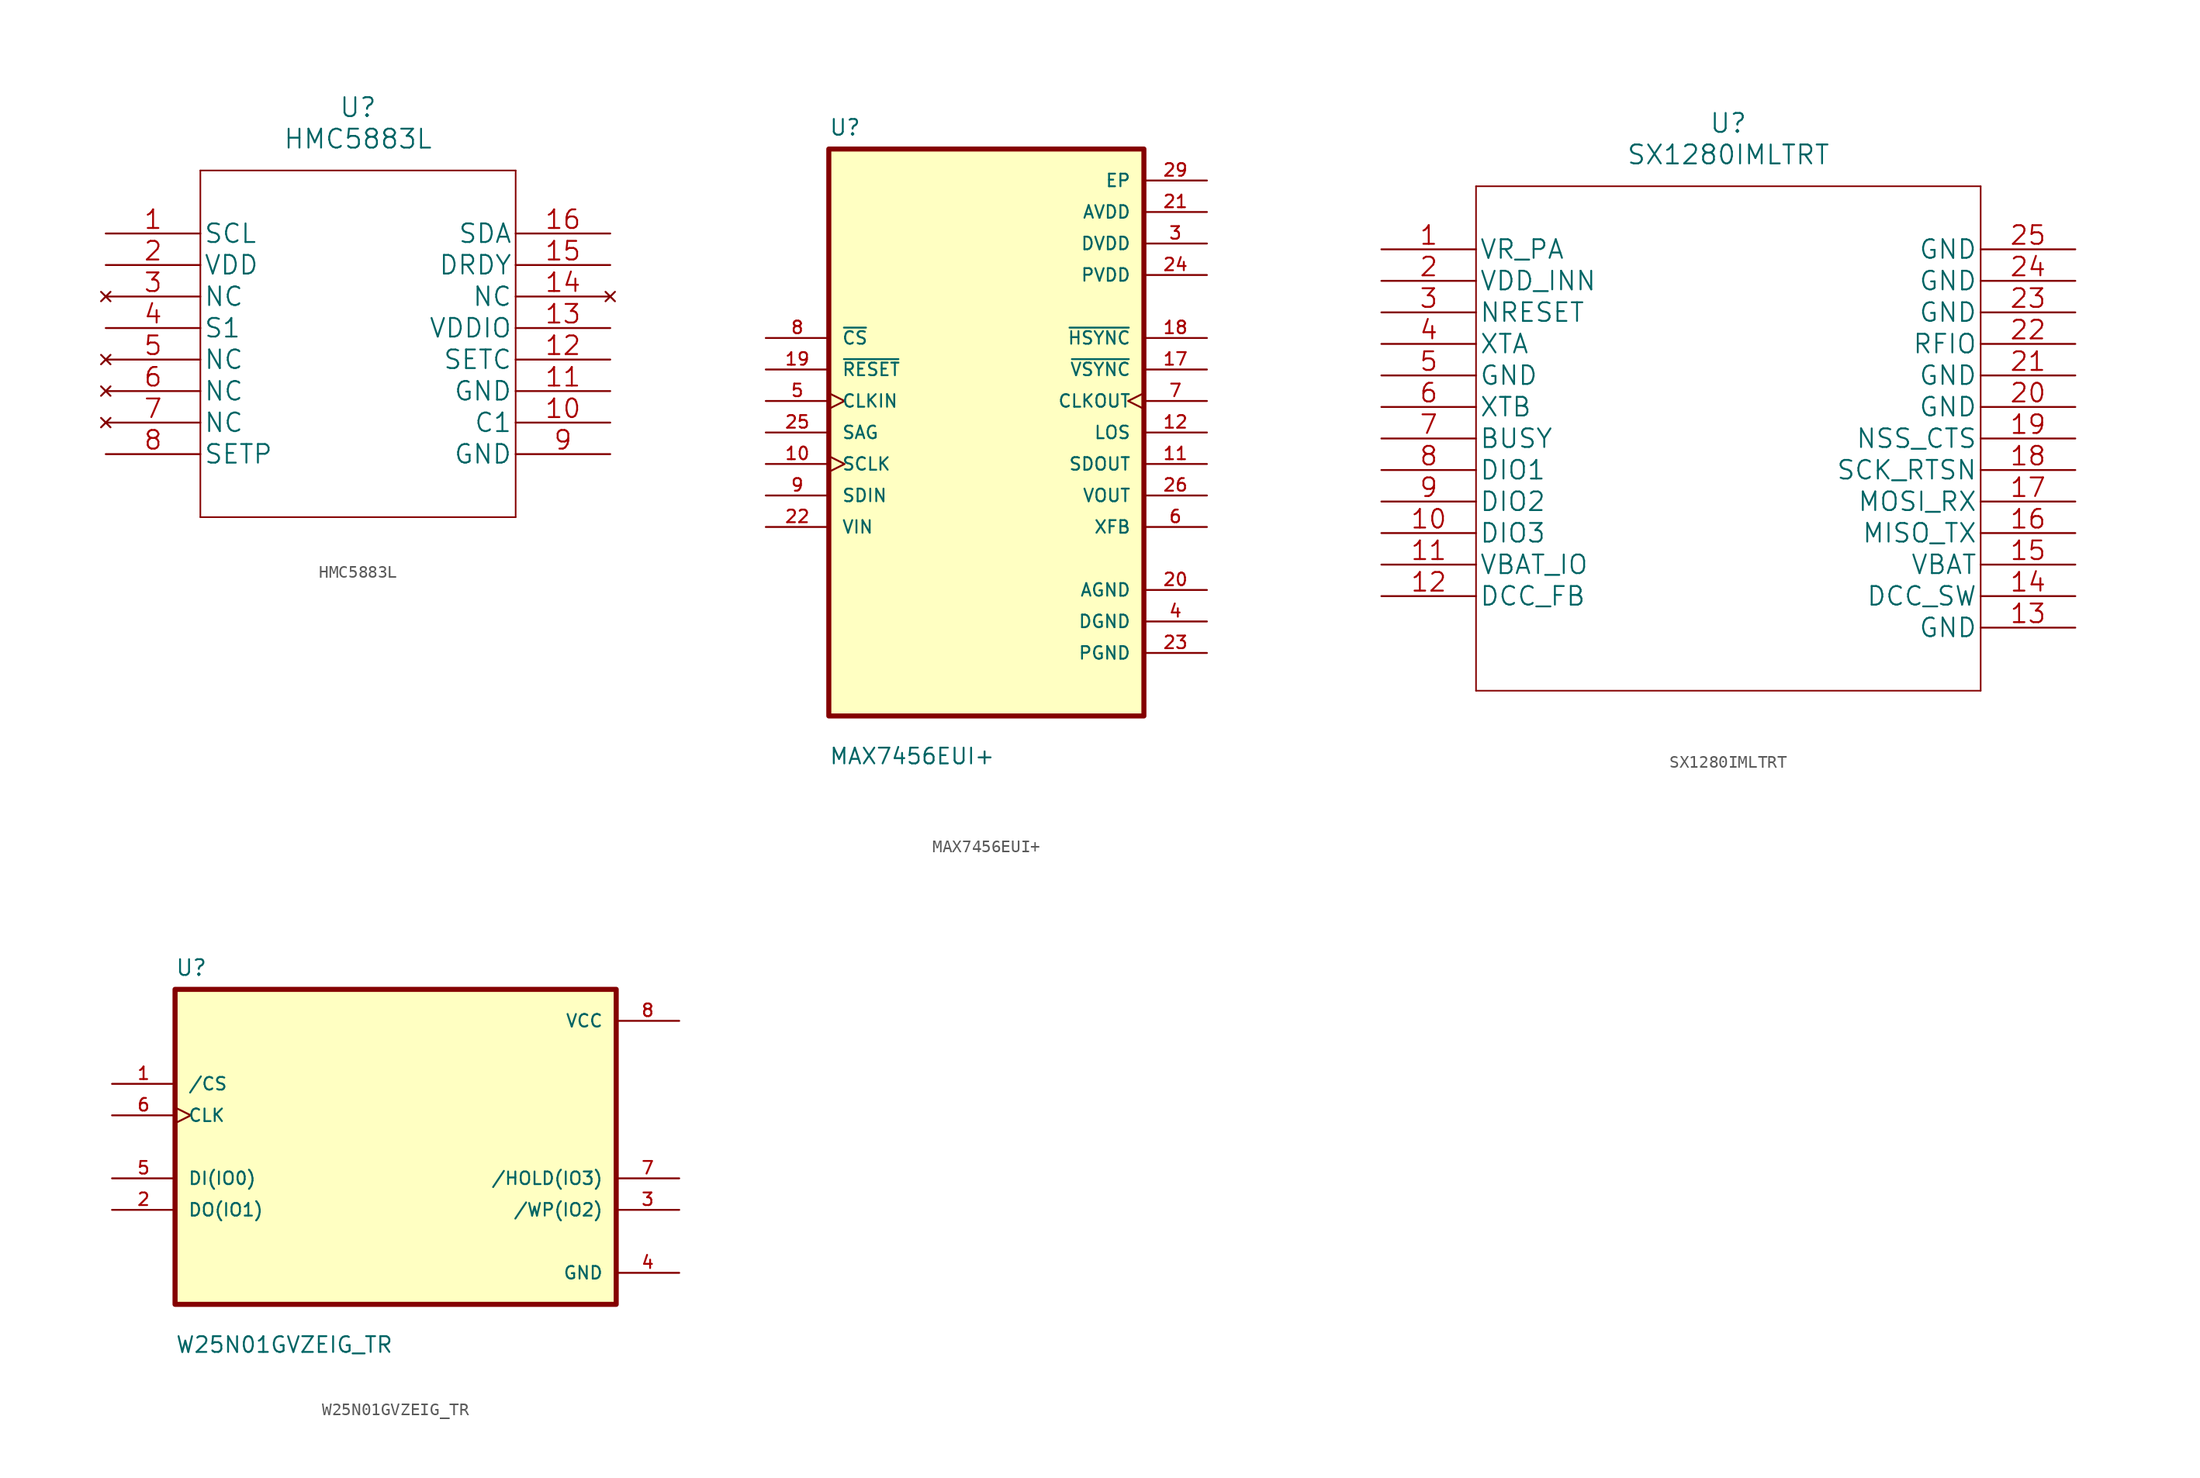
<source format=kicad_sym>
(kicad_symbol_lib
  (version 20231120)
  (generator "kicad_symbol_editor")
  (generator_version "8.0")
  (symbol "HMC5883L"
    (pin_names
      (offset 0.254))
    (property "Reference" "U"
      (at 20.32 10.16 0)
      (effects (font (size 1.524 1.524))))
    (property "Value" "HMC5883L"
      (at 20.32 7.62 0)
      (effects (font (size 1.524 1.524))))
    (property "Datasheet" ""
      (at 0 0 0)
      (effects (font (size 1.524 1.524))))
    (property "ki_locked" ""
      (at 0 0 0)
      (effects (font (size 1.27 1.27))))
    (symbol "HMC5883L_1_1"
      (polyline (pts (xy 7.62 -22.86) (xy 33.02 -22.86)) (stroke (width 0.127) (type default)) (fill (type none)))
      (polyline (pts (xy 7.62 5.08) (xy 7.62 -22.86)) (stroke (width 0.127) (type default)) (fill (type none)))
      (polyline (pts (xy 33.02 -22.86) (xy 33.02 5.08)) (stroke (width 0.127) (type default)) (fill (type none)))
      (polyline (pts (xy 33.02 5.08) (xy 7.62 5.08)) (stroke (width 0.127) (type default)) (fill (type none)))
      (pin bidirectional line (at 0 0 0) (length 7.62) (name "SCL" (effects (font (size 1.499 1.499)))) (number "1" (effects (font (size 1.499 1.499)))))
      (pin passive line (at 40.64 -15.24 180) (length 7.62) (name "C1" (effects (font (size 1.499 1.499)))) (number "10" (effects (font (size 1.499 1.499)))))
      (pin power_in line (at 40.64 -12.7 180) (length 7.62) (name "GND" (effects (font (size 1.499 1.499)))) (number "11" (effects (font (size 1.499 1.499)))))
      (pin passive line (at 40.64 -10.16 180) (length 7.62) (name "SETC" (effects (font (size 1.499 1.499)))) (number "12" (effects (font (size 1.499 1.499)))))
      (pin power_in line (at 40.64 -7.62 180) (length 7.62) (name "VDDIO" (effects (font (size 1.499 1.499)))) (number "13" (effects (font (size 1.499 1.499)))))
      (pin no_connect line (at 40.64 -5.08 180) (length 7.62) (name "NC" (effects (font (size 1.499 1.499)))) (number "14" (effects (font (size 1.499 1.499)))))
      (pin unspecified line (at 40.64 -2.54 180) (length 7.62) (name "DRDY" (effects (font (size 1.499 1.499)))) (number "15" (effects (font (size 1.499 1.499)))))
      (pin bidirectional line (at 40.64 0 180) (length 7.62) (name "SDA" (effects (font (size 1.499 1.499)))) (number "16" (effects (font (size 1.499 1.499)))))
      (pin power_in line (at 0 -2.54 0) (length 7.62) (name "VDD" (effects (font (size 1.499 1.499)))) (number "2" (effects (font (size 1.499 1.499)))))
      (pin no_connect line (at 0 -5.08 0) (length 7.62) (name "NC" (effects (font (size 1.499 1.499)))) (number "3" (effects (font (size 1.499 1.499)))))
      (pin passive line (at 0 -7.62 0) (length 7.62) (name "S1" (effects (font (size 1.499 1.499)))) (number "4" (effects (font (size 1.499 1.499)))))
      (pin no_connect line (at 0 -10.16 0) (length 7.62) (name "NC" (effects (font (size 1.499 1.499)))) (number "5" (effects (font (size 1.499 1.499)))))
      (pin no_connect line (at 0 -12.7 0) (length 7.62) (name "NC" (effects (font (size 1.499 1.499)))) (number "6" (effects (font (size 1.499 1.499)))))
      (pin no_connect line (at 0 -15.24 0) (length 7.62) (name "NC" (effects (font (size 1.499 1.499)))) (number "7" (effects (font (size 1.499 1.499)))))
      (pin passive line (at 0 -17.78 0) (length 7.62) (name "SETP" (effects (font (size 1.499 1.499)))) (number "8" (effects (font (size 1.499 1.499)))))
      (pin power_in line (at 40.64 -17.78 180) (length 7.62) (name "GND" (effects (font (size 1.499 1.499)))) (number "9" (effects (font (size 1.499 1.499)))))))
  (symbol "MAX7456EUI+"
    (pin_names
      (offset 1.016))
    (property "Reference" "U"
      (at -12.7 23.851 0)
      (effects (font (size 1.27 1.27)) (justify left bottom)))
    (property "Value" "MAX7456EUI+"
      (at -12.7 -26.848 0)
      (effects (font (size 1.27 1.27)) (justify left bottom)))
    (symbol "MAX7456EUI+_0_0"
      (rectangle (start -12.7 -22.86) (end 12.7 22.86) (stroke (width 0.406) (type solid)) (fill (type background)))
      (pin input clock (at -17.78 -2.54 0) (length 5.08) (name "SCLK" (effects (font (size 1.016 1.016)))) (number "10" (effects (font (size 1.016 1.016)))))
      (pin output line (at 17.78 -2.54 180) (length 5.08) (name "SDOUT" (effects (font (size 1.016 1.016)))) (number "11" (effects (font (size 1.016 1.016)))))
      (pin output line (at 17.78 0 180) (length 5.08) (name "LOS" (effects (font (size 1.016 1.016)))) (number "12" (effects (font (size 1.016 1.016)))))
      (pin output line (at 17.78 5.08 180) (length 5.08) (name "~{VSYNC}" (effects (font (size 1.016 1.016)))) (number "17" (effects (font (size 1.016 1.016)))))
      (pin output line (at 17.78 7.62 180) (length 5.08) (name "~{HSYNC}" (effects (font (size 1.016 1.016)))) (number "18" (effects (font (size 1.016 1.016)))))
      (pin input line (at -17.78 5.08 0) (length 5.08) (name "~{RESET}" (effects (font (size 1.016 1.016)))) (number "19" (effects (font (size 1.016 1.016)))))
      (pin power_in line (at 17.78 -12.7 180) (length 5.08) (name "AGND" (effects (font (size 1.016 1.016)))) (number "20" (effects (font (size 1.016 1.016)))))
      (pin power_in line (at 17.78 17.78 180) (length 5.08) (name "AVDD" (effects (font (size 1.016 1.016)))) (number "21" (effects (font (size 1.016 1.016)))))
      (pin input line (at -17.78 -7.62 0) (length 5.08) (name "VIN" (effects (font (size 1.016 1.016)))) (number "22" (effects (font (size 1.016 1.016)))))
      (pin power_in line (at 17.78 -17.78 180) (length 5.08) (name "PGND" (effects (font (size 1.016 1.016)))) (number "23" (effects (font (size 1.016 1.016)))))
      (pin power_in line (at 17.78 12.7 180) (length 5.08) (name "PVDD" (effects (font (size 1.016 1.016)))) (number "24" (effects (font (size 1.016 1.016)))))
      (pin input line (at -17.78 0 0) (length 5.08) (name "SAG" (effects (font (size 1.016 1.016)))) (number "25" (effects (font (size 1.016 1.016)))))
      (pin output line (at 17.78 -5.08 180) (length 5.08) (name "VOUT" (effects (font (size 1.016 1.016)))) (number "26" (effects (font (size 1.016 1.016)))))
      (pin power_in line (at 17.78 20.32 180) (length 5.08) (name "EP" (effects (font (size 1.016 1.016)))) (number "29" (effects (font (size 1.016 1.016)))))
      (pin power_in line (at 17.78 15.24 180) (length 5.08) (name "DVDD" (effects (font (size 1.016 1.016)))) (number "3" (effects (font (size 1.016 1.016)))))
      (pin power_in line (at 17.78 -15.24 180) (length 5.08) (name "DGND" (effects (font (size 1.016 1.016)))) (number "4" (effects (font (size 1.016 1.016)))))
      (pin input clock (at -17.78 2.54 0) (length 5.08) (name "CLKIN" (effects (font (size 1.016 1.016)))) (number "5" (effects (font (size 1.016 1.016)))))
      (pin output line (at 17.78 -7.62 180) (length 5.08) (name "XFB" (effects (font (size 1.016 1.016)))) (number "6" (effects (font (size 1.016 1.016)))))
      (pin output clock (at 17.78 2.54 180) (length 5.08) (name "CLKOUT" (effects (font (size 1.016 1.016)))) (number "7" (effects (font (size 1.016 1.016)))))
      (pin input line (at -17.78 7.62 0) (length 5.08) (name "~{CS}" (effects (font (size 1.016 1.016)))) (number "8" (effects (font (size 1.016 1.016)))))
      (pin input line (at -17.78 -5.08 0) (length 5.08) (name "SDIN" (effects (font (size 1.016 1.016)))) (number "9" (effects (font (size 1.016 1.016)))))))
  (symbol "SX1280IMLTRT"
    (pin_names
      (offset 0.254))
    (property "Reference" "U"
      (at 27.94 10.16 0)
      (effects (font (size 1.524 1.524))))
    (property "Value" "SX1280IMLTRT"
      (at 27.94 7.62 0)
      (effects (font (size 1.524 1.524))))
    (property "Datasheet" ""
      (at 0 0 0)
      (effects (font (size 1.524 1.524))))
    (property "ki_locked" ""
      (at 0 0 0)
      (effects (font (size 1.27 1.27))))
    (symbol "SX1280IMLTRT_1_1"
      (polyline (pts (xy 7.62 -35.56) (xy 48.26 -35.56)) (stroke (width 0.127) (type default)) (fill (type none)))
      (polyline (pts (xy 7.62 5.08) (xy 7.62 -35.56)) (stroke (width 0.127) (type default)) (fill (type none)))
      (polyline (pts (xy 48.26 -35.56) (xy 48.26 5.08)) (stroke (width 0.127) (type default)) (fill (type none)))
      (polyline (pts (xy 48.26 5.08) (xy 7.62 5.08)) (stroke (width 0.127) (type default)) (fill (type none)))
      (pin bidirectional line (at 0 0 0) (length 7.62) (name "VR_PA" (effects (font (size 1.499 1.499)))) (number "1" (effects (font (size 1.499 1.499)))))
      (pin bidirectional line (at 0 -22.86 0) (length 7.62) (name "DIO3" (effects (font (size 1.499 1.499)))) (number "10" (effects (font (size 1.499 1.499)))))
      (pin power_in line (at 0 -25.4 0) (length 7.62) (name "VBAT_IO" (effects (font (size 1.499 1.499)))) (number "11" (effects (font (size 1.499 1.499)))))
      (pin output line (at 0 -27.94 0) (length 7.62) (name "DCC_FB" (effects (font (size 1.499 1.499)))) (number "12" (effects (font (size 1.499 1.499)))))
      (pin power_in line (at 55.88 -30.48 180) (length 7.62) (name "GND" (effects (font (size 1.499 1.499)))) (number "13" (effects (font (size 1.499 1.499)))))
      (pin output line (at 55.88 -27.94 180) (length 7.62) (name "DCC_SW" (effects (font (size 1.499 1.499)))) (number "14" (effects (font (size 1.499 1.499)))))
      (pin power_in line (at 55.88 -25.4 180) (length 7.62) (name "VBAT" (effects (font (size 1.499 1.499)))) (number "15" (effects (font (size 1.499 1.499)))))
      (pin output line (at 55.88 -22.86 180) (length 7.62) (name "MISO_TX" (effects (font (size 1.499 1.499)))) (number "16" (effects (font (size 1.499 1.499)))))
      (pin input line (at 55.88 -20.32 180) (length 7.62) (name "MOSI_RX" (effects (font (size 1.499 1.499)))) (number "17" (effects (font (size 1.499 1.499)))))
      (pin input line (at 55.88 -17.78 180) (length 7.62) (name "SCK_RTSN" (effects (font (size 1.499 1.499)))) (number "18" (effects (font (size 1.499 1.499)))))
      (pin input line (at 55.88 -15.24 180) (length 7.62) (name "NSS_CTS" (effects (font (size 1.499 1.499)))) (number "19" (effects (font (size 1.499 1.499)))))
      (pin bidirectional line (at 0 -2.54 0) (length 7.62) (name "VDD_INN" (effects (font (size 1.499 1.499)))) (number "2" (effects (font (size 1.499 1.499)))))
      (pin power_in line (at 55.88 -12.7 180) (length 7.62) (name "GND" (effects (font (size 1.499 1.499)))) (number "20" (effects (font (size 1.499 1.499)))))
      (pin power_in line (at 55.88 -10.16 180) (length 7.62) (name "GND" (effects (font (size 1.499 1.499)))) (number "21" (effects (font (size 1.499 1.499)))))
      (pin bidirectional line (at 55.88 -7.62 180) (length 7.62) (name "RFIO" (effects (font (size 1.499 1.499)))) (number "22" (effects (font (size 1.499 1.499)))))
      (pin power_in line (at 55.88 -5.08 180) (length 7.62) (name "GND" (effects (font (size 1.499 1.499)))) (number "23" (effects (font (size 1.499 1.499)))))
      (pin power_in line (at 55.88 -2.54 180) (length 7.62) (name "GND" (effects (font (size 1.499 1.499)))) (number "24" (effects (font (size 1.499 1.499)))))
      (pin power_in line (at 55.88 0 180) (length 7.62) (name "GND" (effects (font (size 1.499 1.499)))) (number "25" (effects (font (size 1.499 1.499)))))
      (pin input line (at 0 -5.08 0) (length 7.62) (name "NRESET" (effects (font (size 1.499 1.499)))) (number "3" (effects (font (size 1.499 1.499)))))
      (pin bidirectional line (at 0 -7.62 0) (length 7.62) (name "XTA" (effects (font (size 1.499 1.499)))) (number "4" (effects (font (size 1.499 1.499)))))
      (pin power_in line (at 0 -10.16 0) (length 7.62) (name "GND" (effects (font (size 1.499 1.499)))) (number "5" (effects (font (size 1.499 1.499)))))
      (pin bidirectional line (at 0 -12.7 0) (length 7.62) (name "XTB" (effects (font (size 1.499 1.499)))) (number "6" (effects (font (size 1.499 1.499)))))
      (pin output line (at 0 -15.24 0) (length 7.62) (name "BUSY" (effects (font (size 1.499 1.499)))) (number "7" (effects (font (size 1.499 1.499)))))
      (pin bidirectional line (at 0 -17.78 0) (length 7.62) (name "DIO1" (effects (font (size 1.499 1.499)))) (number "8" (effects (font (size 1.499 1.499)))))
      (pin bidirectional line (at 0 -20.32 0) (length 7.62) (name "DIO2" (effects (font (size 1.499 1.499)))) (number "9" (effects (font (size 1.499 1.499)))))))
  (symbol "W25N01GVZEIG_TR"
    (pin_names
      (offset 1.016))
    (property "Reference" "U"
      (at -17.78 13.7 0)
      (effects (font (size 1.27 1.27)) (justify left bottom)))
    (property "Value" "W25N01GVZEIG_TR"
      (at -17.78 -16.7 0)
      (effects (font (size 1.27 1.27)) (justify left bottom)))
    (symbol "W25N01GVZEIG_TR_0_0"
      (rectangle (start -17.78 -12.7) (end 17.78 12.7) (stroke (width 0.41) (type default)) (fill (type background)))
      (pin input line (at -22.86 5.08 0) (length 5.08) (name "/CS" (effects (font (size 1.016 1.016)))) (number "1" (effects (font (size 1.016 1.016)))))
      (pin bidirectional line (at -22.86 -5.08 0) (length 5.08) (name "DO(IO1)" (effects (font (size 1.016 1.016)))) (number "2" (effects (font (size 1.016 1.016)))))
      (pin bidirectional line (at 22.86 -5.08 180) (length 5.08) (name "/WP(IO2)" (effects (font (size 1.016 1.016)))) (number "3" (effects (font (size 1.016 1.016)))))
      (pin power_in line (at 22.86 -10.16 180) (length 5.08) (name "GND" (effects (font (size 1.016 1.016)))) (number "4" (effects (font (size 1.016 1.016)))))
      (pin bidirectional line (at -22.86 -2.54 0) (length 5.08) (name "DI(IO0)" (effects (font (size 1.016 1.016)))) (number "5" (effects (font (size 1.016 1.016)))))
      (pin input clock (at -22.86 2.54 0) (length 5.08) (name "CLK" (effects (font (size 1.016 1.016)))) (number "6" (effects (font (size 1.016 1.016)))))
      (pin bidirectional line (at 22.86 -2.54 180) (length 5.08) (name "/HOLD(IO3)" (effects (font (size 1.016 1.016)))) (number "7" (effects (font (size 1.016 1.016)))))
      (pin power_in line (at 22.86 10.16 180) (length 5.08) (name "VCC" (effects (font (size 1.016 1.016)))) (number "8" (effects (font (size 1.016 1.016))))))))
</source>
